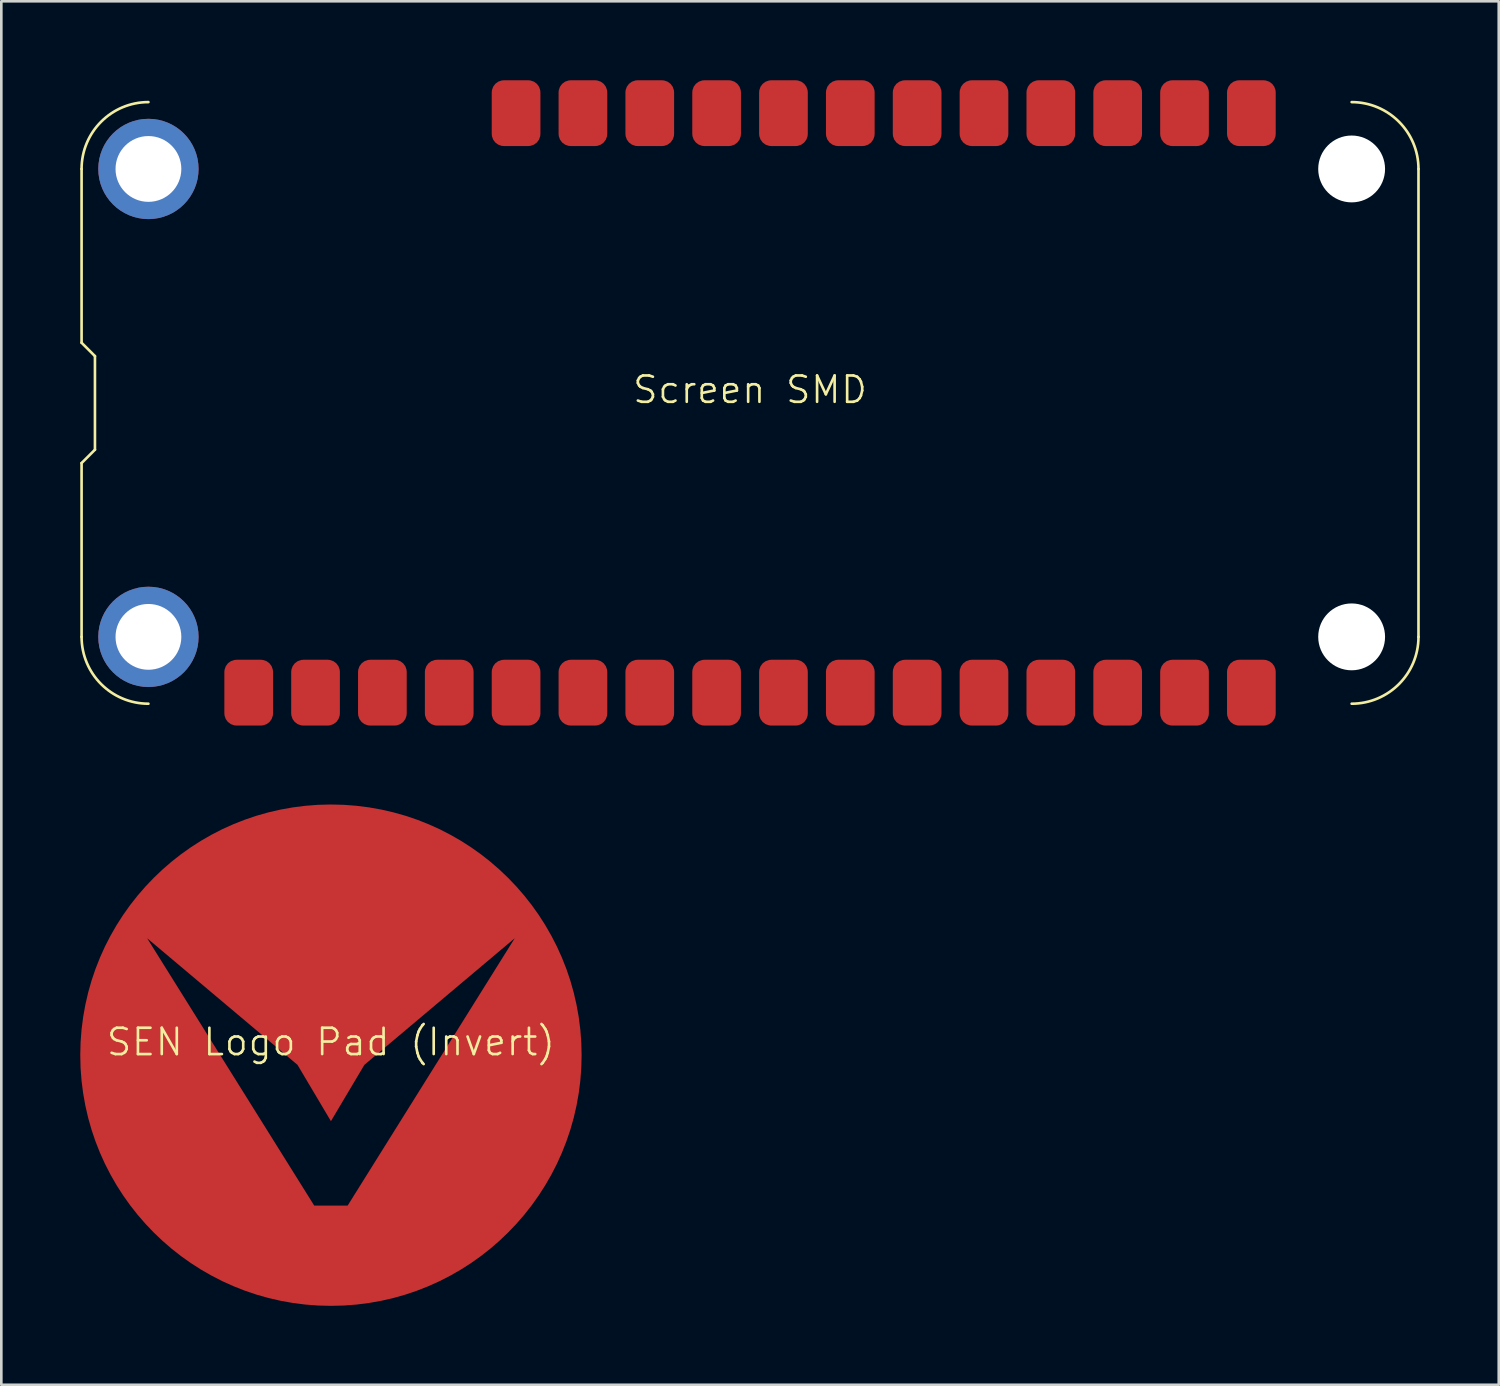
<source format=kicad_pcb>
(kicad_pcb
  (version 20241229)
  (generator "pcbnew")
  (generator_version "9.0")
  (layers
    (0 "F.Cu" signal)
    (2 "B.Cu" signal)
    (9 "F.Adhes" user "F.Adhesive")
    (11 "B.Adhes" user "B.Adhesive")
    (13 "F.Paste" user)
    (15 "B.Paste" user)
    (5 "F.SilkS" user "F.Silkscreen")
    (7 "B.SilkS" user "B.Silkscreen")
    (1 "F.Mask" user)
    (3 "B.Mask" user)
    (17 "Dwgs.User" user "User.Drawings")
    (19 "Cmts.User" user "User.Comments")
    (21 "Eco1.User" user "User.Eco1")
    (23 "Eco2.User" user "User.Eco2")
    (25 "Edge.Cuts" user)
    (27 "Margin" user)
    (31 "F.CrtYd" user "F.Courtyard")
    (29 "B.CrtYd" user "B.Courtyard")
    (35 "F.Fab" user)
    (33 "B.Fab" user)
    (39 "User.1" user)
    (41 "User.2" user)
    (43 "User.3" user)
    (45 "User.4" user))
  (footprint "Screen SMD"
    (layer "F.Cu")
    (at 25.45 12.26)
    (property "Reference" "Screen SMD" (at 0 -0.5 0) (unlocked yes) (layer "F.SilkS") (effects (font (size 1 1) (thickness 0.1))))
    (attr smd)
    (fp_line (start -25.4 -8.89) (end -25.4 -2.286) (stroke (width 0.1) (type solid)) (layer "F.SilkS"))
    (fp_line (start -25.4 -2.286) (end -24.892 -1.778) (stroke (width 0.1) (type solid)) (layer "F.SilkS"))
    (fp_line (start -25.4 2.286) (end -25.4 8.89) (stroke (width 0.1) (type solid)) (layer "F.SilkS"))
    (fp_line (start -24.892 -1.778) (end -24.892 1.778) (stroke (width 0.1) (type solid)) (layer "F.SilkS"))
    (fp_line (start -24.892 1.778) (end -25.4 2.286) (stroke (width 0.1) (type solid)) (layer "F.SilkS"))
    (fp_line (start 25.4 8.89) (end 25.4 -8.89) (stroke (width 0.1) (type solid)) (layer "F.SilkS"))
    (fp_arc (start -25.4 -8.89) (mid -24.656051 -10.686051) (end -22.86 -11.43) (stroke (width 0.1) (type solid)) (layer "F.SilkS"))
    (fp_arc (start -22.86 11.43) (mid -24.656051 10.686051) (end -25.4 8.89) (stroke (width 0.1) (type solid)) (layer "F.SilkS"))
    (fp_arc (start 22.86 -11.43) (mid 24.656051 -10.686051) (end 25.4 -8.89) (stroke (width 0.1) (type solid)) (layer "F.SilkS"))
    (fp_arc (start 25.4 8.89) (mid 24.656051 10.686051) (end 22.86 11.43) (stroke (width 0.1) (type solid)) (layer "F.SilkS"))
    (pad "" np_thru_hole circle (at 22.86 -8.89) (size 2.54 2.54) (drill 2.54) (layers "*.Cu" "*.Mask"))
    (pad "" np_thru_hole circle (at 22.86 8.89) (size 2.54 2.54) (drill 2.54) (layers "*.Cu" "*.Mask"))
    (pad "1" smd roundrect (at -19.05 11.01 90) (size 2.5 1.85) (layers "F.Cu" "F.Mask" "F.Paste") (roundrect_rratio 0.25))
    (pad "2" smd roundrect (at -16.51 11.01 90) (size 2.5 1.85) (layers "F.Cu" "F.Mask" "F.Paste") (roundrect_rratio 0.25))
    (pad "3" smd roundrect (at -13.97 11.01 90) (size 2.5 1.85) (layers "F.Cu" "F.Mask" "F.Paste") (roundrect_rratio 0.25))
    (pad "4" smd roundrect (at -11.43 11.01 90) (size 2.5 1.85) (layers "F.Cu" "F.Mask" "F.Paste") (roundrect_rratio 0.25))
    (pad "5" smd roundrect (at -8.89 11.01 90) (size 2.5 1.85) (layers "F.Cu" "F.Mask" "F.Paste") (roundrect_rratio 0.25))
    (pad "6" smd roundrect (at -6.35 11.01 90) (size 2.5 1.85) (layers "F.Cu" "F.Mask" "F.Paste") (roundrect_rratio 0.25))
    (pad "7" smd roundrect (at -3.81 11.01 90) (size 2.5 1.85) (layers "F.Cu" "F.Mask" "F.Paste") (roundrect_rratio 0.25))
    (pad "8" smd roundrect (at -1.27 11.01 90) (size 2.5 1.85) (layers "F.Cu" "F.Mask" "F.Paste") (roundrect_rratio 0.25))
    (pad "9" smd roundrect (at 1.27 11.01 90) (size 2.5 1.85) (layers "F.Cu" "F.Mask" "F.Paste") (roundrect_rratio 0.25))
    (pad "10" smd roundrect (at 3.81 11.01 90) (size 2.5 1.85) (layers "F.Cu" "F.Mask" "F.Paste") (roundrect_rratio 0.25))
    (pad "11" smd roundrect (at 6.35 11.01 90) (size 2.5 1.85) (layers "F.Cu" "F.Mask" "F.Paste") (roundrect_rratio 0.25))
    (pad "12" smd roundrect (at 8.89 11.01 90) (size 2.5 1.85) (layers "F.Cu" "F.Mask" "F.Paste") (roundrect_rratio 0.25))
    (pad "13" smd roundrect (at 11.43 11.01 90) (size 2.5 1.85) (layers "F.Cu" "F.Mask" "F.Paste") (roundrect_rratio 0.25))
    (pad "14" smd roundrect (at 13.97 11.01 90) (size 2.5 1.85) (layers "F.Cu" "F.Mask" "F.Paste") (roundrect_rratio 0.25))
    (pad "15" smd roundrect (at 16.51 11.01 90) (size 2.5 1.85) (layers "F.Cu" "F.Mask" "F.Paste") (roundrect_rratio 0.25))
    (pad "16" smd roundrect (at 19.05 11.01 90) (size 2.5 1.85) (layers "F.Cu" "F.Mask" "F.Paste") (roundrect_rratio 0.25))
    (pad "17" smd roundrect (at 19.05 -11.01 270) (size 2.5 1.85) (layers "F.Cu" "F.Mask" "F.Paste") (roundrect_rratio 0.25))
    (pad "18" smd roundrect (at 16.51 -11.01 270) (size 2.5 1.85) (layers "F.Cu" "F.Mask" "F.Paste") (roundrect_rratio 0.25))
    (pad "19" smd roundrect (at 13.97 -11.01 270) (size 2.5 1.85) (layers "F.Cu" "F.Mask" "F.Paste") (roundrect_rratio 0.25))
    (pad "20" smd roundrect (at 11.43 -11.01 270) (size 2.5 1.85) (layers "F.Cu" "F.Mask" "F.Paste") (roundrect_rratio 0.25))
    (pad "21" smd roundrect (at 8.89 -11.01 270) (size 2.5 1.85) (layers "F.Cu" "F.Mask" "F.Paste") (roundrect_rratio 0.25))
    (pad "22" smd roundrect (at 6.35 -11.01 270) (size 2.5 1.85) (layers "F.Cu" "F.Mask" "F.Paste") (roundrect_rratio 0.25))
    (pad "23" smd roundrect (at 3.81 -11.01 270) (size 2.5 1.85) (layers "F.Cu" "F.Mask" "F.Paste") (roundrect_rratio 0.25))
    (pad "24" smd roundrect (at 1.27 -11.01 270) (size 2.5 1.85) (layers "F.Cu" "F.Mask" "F.Paste") (roundrect_rratio 0.25))
    (pad "25" smd roundrect (at -1.27 -11.01 270) (size 2.5 1.85) (layers "F.Cu" "F.Mask" "F.Paste") (roundrect_rratio 0.25))
    (pad "26" smd roundrect (at -3.81 -11.01 270) (size 2.5 1.85) (layers "F.Cu" "F.Mask" "F.Paste") (roundrect_rratio 0.25))
    (pad "27" smd roundrect (at -6.35 -11.01 270) (size 2.5 1.85) (layers "F.Cu" "F.Mask" "F.Paste") (roundrect_rratio 0.25))
    (pad "28" smd roundrect (at -8.89 -11.01 270) (size 2.5 1.85) (layers "F.Cu" "F.Mask" "F.Paste") (roundrect_rratio 0.25))
    (pad "P$1" thru_hole circle (at -22.86 -8.89) (size 3.81 3.81) (drill 2.5) (layers "*.Cu" "*.Mask"))
    (pad "P$2" thru_hole circle (at -22.86 8.89) (size 3.81 3.81) (drill 2.5) (layers "*.Cu" "*.Mask")))
  (footprint "SEN Logo Pad (Invert)"
    (layer "F.Cu")
    (at 9.525 37.045)
    (property "Reference" "SEN Logo Pad (Invert)" (at 0 -0.5 0) (unlocked yes) (layer "F.SilkS") (effects (font (size 1 1) (thickness 0.1))))
    (attr smd)
    (pad "1" smd custom (at 0 -2.25) (size 1.524 1.524) (layers "F.Cu" "F.Mask" "F.Paste") (options (anchor circle)) (primitives (gr_poly (pts (xy -1.143 -0.381) (xy -1.127 -0.49) (xy -1.072 -0.602) (xy -0.983 -0.691) (xy -0.871 -0.746) (xy -0.762 -0.762) (xy 0.762 -0.762) (xy 0.871 -0.746) (xy 0.983 -0.691) (xy 1.072 -0.602) (xy 1.127 -0.49) (xy 1.143 -0.381) (xy 1.143 0.381) (xy 1.127 0.49) (xy 1.072 0.602) (xy 0.983 0.691) (xy 0.871 0.746) (xy 0.762 0.762) (xy -0.762 0.762) (xy -0.871 0.746) (xy -0.983 0.691) (xy -1.072 0.602) (xy -1.127 0.49) (xy -1.143 0.381)) (width 0) (fill yes)) (gr_poly (pts (xy 0.49 -7.263) (xy 0.974 -7.226) (xy 1.451 -7.165) (xy 1.92 -7.081) (xy 2.38 -6.975) (xy 2.832 -6.847) (xy 3.275 -6.697) (xy 3.708 -6.526) (xy 4.13 -6.336) (xy 4.54 -6.125) (xy 4.939 -5.896) (xy 5.326 -5.648) (xy 5.699 -5.383) (xy 6.059 -5.1) (xy 6.404 -4.801) (xy 6.735 -4.485) (xy 7.051 -4.154) (xy 7.35 -3.809) (xy 7.633 -3.449) (xy 7.898 -3.076) (xy 8.146 -2.689) (xy 8.375 -2.29) (xy 8.586 -1.88) (xy 8.776 -1.458) (xy 8.947 -1.025) (xy 9.097 -0.582) (xy 9.225 -0.13) (xy 9.331 0.33) (xy 9.415 0.799) (xy 9.476 1.276) (xy 9.513 1.76) (xy 9.525 2.25) (xy 9.513 2.74) (xy 9.476 3.224) (xy 9.415 3.701) (xy 9.331 4.17) (xy 9.225 4.63) (xy 9.097 5.082) (xy 8.947 5.525) (xy 8.776 5.958) (xy 8.586 6.38) (xy 8.375 6.79) (xy 8.146 7.189) (xy 7.898 7.576) (xy 7.633 7.949) (xy 7.35 8.309) (xy 7.051 8.654) (xy 6.735 8.985) (xy 6.404 9.301) (xy 6.059 9.6) (xy 5.699 9.883) (xy 5.326 10.148) (xy 4.939 10.396) (xy 4.54 10.625) (xy 4.13 10.836) (xy 3.708 11.026) (xy 3.275 11.197) (xy 2.832 11.347) (xy 2.38 11.475) (xy 1.92 11.581) (xy 1.451 11.665) (xy 0.974 11.726) (xy 0.49 11.763) (xy 0.000001 11.775) (xy -0.49 11.763) (xy -0.974 11.726) (xy -1.451 11.665) (xy -1.92 11.581) (xy -2.38 11.475) (xy -2.832 11.347) (xy -3.275 11.197) (xy -3.708 11.026) (xy -4.13 10.836) (xy -4.54 10.625) (xy -4.939 10.396) (xy -5.326 10.148) (xy -5.699 9.883) (xy -6.059 9.6) (xy -6.404 9.301) (xy -6.735 8.985) (xy -7.051 8.654) (xy -7.35 8.309) (xy -7.633 7.949) (xy -7.898 7.576) (xy -8.146 7.189) (xy -8.375 6.79) (xy -8.586 6.38) (xy -8.776 5.958) (xy -8.947 5.525) (xy -9.097 5.082) (xy -9.225 4.63) (xy -9.331 4.17) (xy -9.415 3.701) (xy -9.476 3.224) (xy -9.513 2.74) (xy -9.525 2.25) (xy -9.513 1.76) (xy -9.476 1.276) (xy -9.415 0.799) (xy -9.331 0.33) (xy -9.225 -0.13) (xy -9.097 -0.582) (xy -8.947 -1.025) (xy -8.776 -1.458) (xy -8.586 -1.88) (xy -8.424 -2.195) (xy -6.985 -2.195) (xy -0.635 7.965) (xy 0.635 7.965) (xy 6.985 -2.195) (xy 1.27 2.618) (xy 0.000001 4.757) (xy -1.27 2.618) (xy -6.985 -2.195) (xy -8.424 -2.195) (xy -8.375 -2.29) (xy -8.146 -2.689) (xy -7.898 -3.076) (xy -7.633 -3.449) (xy -7.35 -3.809) (xy -7.051 -4.154) (xy -6.735 -4.485) (xy -6.404 -4.801) (xy -6.059 -5.1) (xy -5.699 -5.383) (xy -5.326 -5.648) (xy -4.939 -5.896) (xy -4.54 -6.125) (xy -4.13 -6.336) (xy -3.708 -6.526) (xy -3.275 -6.697) (xy -2.832 -6.847) (xy -2.38 -6.975) (xy -1.92 -7.081) (xy -1.451 -7.165) (xy -0.974 -7.226) (xy -0.49 -7.263) (xy 0.000001 -7.275)) (width 0) (fill yes)))))
  (gr_rect
    (start -3 -3)
    (end 53.9 49.57)
    (stroke (width 0.1) (type default))
    (fill no)
    (layer "Edge.Cuts")))
</source>
